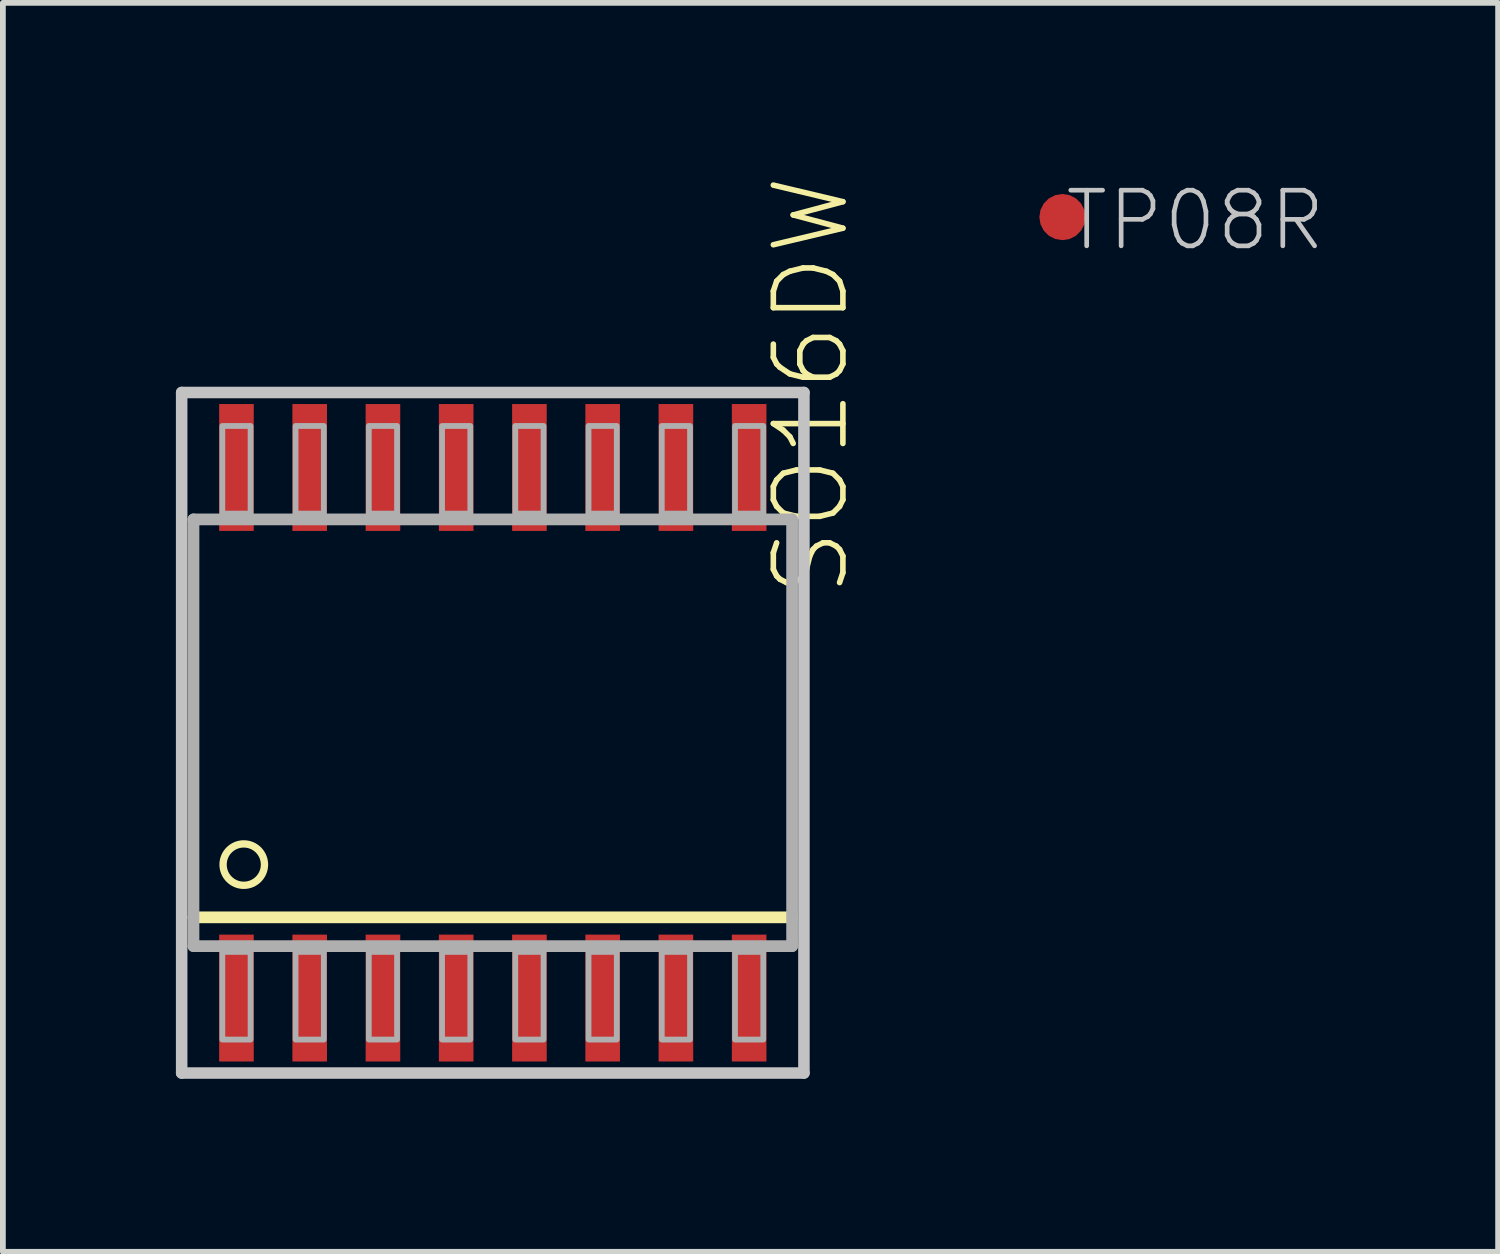
<source format=kicad_pcb>
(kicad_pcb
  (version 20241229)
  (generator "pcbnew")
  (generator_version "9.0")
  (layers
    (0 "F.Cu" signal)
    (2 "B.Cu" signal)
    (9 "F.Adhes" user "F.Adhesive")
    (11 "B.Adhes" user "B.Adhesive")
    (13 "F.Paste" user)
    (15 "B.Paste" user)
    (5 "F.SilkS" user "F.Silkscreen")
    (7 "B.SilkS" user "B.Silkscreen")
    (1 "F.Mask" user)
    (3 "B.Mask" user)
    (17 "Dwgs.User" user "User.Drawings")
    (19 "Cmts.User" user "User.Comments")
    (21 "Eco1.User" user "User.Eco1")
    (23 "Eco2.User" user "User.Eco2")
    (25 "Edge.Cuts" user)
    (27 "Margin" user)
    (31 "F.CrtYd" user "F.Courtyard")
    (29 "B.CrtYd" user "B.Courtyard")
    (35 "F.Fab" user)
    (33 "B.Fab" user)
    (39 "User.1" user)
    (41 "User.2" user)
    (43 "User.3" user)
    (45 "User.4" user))
  (footprint "SO16DW"
    (layer "F.Cu")
    (at 5.495 9.656)
    (property "Reference" "SO16DW" (at 6.223 -2.311 90) (layer "F.SilkS") (effects (font (size 1.206 1.206) (thickness 0.097)) (justify left bottom)))
    (attr through_hole)
    (fp_line (start 5.19 3.2) (end -5.19 3.2) (stroke (width 0.203) (type solid)) (layer "F.SilkS"))
    (fp_circle (center -4.318 2.286) (end -3.959 2.286) (stroke (width 0.127) (type solid)) (fill no) (layer "F.SilkS"))
    (fp_line (start -5.395 -5.9) (end 5.395 -5.9) (stroke (width 0.2) (type solid)) (layer "Dwgs.User"))
    (fp_line (start -5.395 5.9) (end -5.395 -5.9) (stroke (width 0.2) (type solid)) (layer "Dwgs.User"))
    (fp_line (start 5.395 -5.9) (end 5.395 5.9) (stroke (width 0.2) (type solid)) (layer "Dwgs.User"))
    (fp_line (start 5.395 5.9) (end -5.395 5.9) (stroke (width 0.2) (type solid)) (layer "Dwgs.User"))
    (fp_line (start -5.19 -3.7) (end 5.19 -3.7) (stroke (width 0.203) (type solid)) (layer "F.Fab"))
    (fp_line (start -5.19 3.7) (end -5.19 -3.7) (stroke (width 0.203) (type solid)) (layer "F.Fab"))
    (fp_line (start 5.19 -3.7) (end 5.19 3.7) (stroke (width 0.203) (type solid)) (layer "F.Fab"))
    (fp_line (start 5.19 3.7) (end -5.19 3.7) (stroke (width 0.203) (type solid)) (layer "F.Fab"))
    (fp_poly (pts (xy -4.69 -3.8) (xy -4.2 -3.8) (xy -4.2 -5.32) (xy -4.69 -5.32)) (stroke (width 0.1) (type solid)) (fill no) (layer "F.Fab"))
    (fp_poly (pts (xy -4.69 5.32) (xy -4.2 5.32) (xy -4.2 3.8) (xy -4.69 3.8)) (stroke (width 0.1) (type solid)) (fill no) (layer "F.Fab"))
    (fp_poly (pts (xy -3.42 -3.8) (xy -2.93 -3.8) (xy -2.93 -5.32) (xy -3.42 -5.32)) (stroke (width 0.1) (type solid)) (fill no) (layer "F.Fab"))
    (fp_poly (pts (xy -3.42 5.32) (xy -2.93 5.32) (xy -2.93 3.8) (xy -3.42 3.8)) (stroke (width 0.1) (type solid)) (fill no) (layer "F.Fab"))
    (fp_poly (pts (xy -2.15 -3.8) (xy -1.66 -3.8) (xy -1.66 -5.32) (xy -2.15 -5.32)) (stroke (width 0.1) (type solid)) (fill no) (layer "F.Fab"))
    (fp_poly (pts (xy -2.15 5.32) (xy -1.66 5.32) (xy -1.66 3.8) (xy -2.15 3.8)) (stroke (width 0.1) (type solid)) (fill no) (layer "F.Fab"))
    (fp_poly (pts (xy -0.88 -3.8) (xy -0.39 -3.8) (xy -0.39 -5.32) (xy -0.88 -5.32)) (stroke (width 0.1) (type solid)) (fill no) (layer "F.Fab"))
    (fp_poly (pts (xy -0.88 5.32) (xy -0.39 5.32) (xy -0.39 3.8) (xy -0.88 3.8)) (stroke (width 0.1) (type solid)) (fill no) (layer "F.Fab"))
    (fp_poly (pts (xy 0.39 -3.8) (xy 0.88 -3.8) (xy 0.88 -5.32) (xy 0.39 -5.32)) (stroke (width 0.1) (type solid)) (fill no) (layer "F.Fab"))
    (fp_poly (pts (xy 0.39 5.32) (xy 0.88 5.32) (xy 0.88 3.8) (xy 0.39 3.8)) (stroke (width 0.1) (type solid)) (fill no) (layer "F.Fab"))
    (fp_poly (pts (xy 1.66 -3.8) (xy 2.15 -3.8) (xy 2.15 -5.32) (xy 1.66 -5.32)) (stroke (width 0.1) (type solid)) (fill no) (layer "F.Fab"))
    (fp_poly (pts (xy 1.66 5.32) (xy 2.15 5.32) (xy 2.15 3.8) (xy 1.66 3.8)) (stroke (width 0.1) (type solid)) (fill no) (layer "F.Fab"))
    (fp_poly (pts (xy 2.93 -3.8) (xy 3.42 -3.8) (xy 3.42 -5.32) (xy 2.93 -5.32)) (stroke (width 0.1) (type solid)) (fill no) (layer "F.Fab"))
    (fp_poly (pts (xy 2.93 5.32) (xy 3.42 5.32) (xy 3.42 3.8) (xy 2.93 3.8)) (stroke (width 0.1) (type solid)) (fill no) (layer "F.Fab"))
    (fp_poly (pts (xy 4.2 -3.8) (xy 4.69 -3.8) (xy 4.69 -5.32) (xy 4.2 -5.32)) (stroke (width 0.1) (type solid)) (fill no) (layer "F.Fab"))
    (fp_poly (pts (xy 4.2 5.32) (xy 4.69 5.32) (xy 4.69 3.8) (xy 4.2 3.8)) (stroke (width 0.1) (type solid)) (fill no) (layer "F.Fab"))
    (pad "1" smd rect (at -4.445 4.6) (size 0.6 2.2) (layers "F.Cu" "F.Mask" "F.Paste"))
    (pad "2" smd rect (at -3.175 4.6) (size 0.6 2.2) (layers "F.Cu" "F.Mask" "F.Paste"))
    (pad "3" smd rect (at -1.905 4.6) (size 0.6 2.2) (layers "F.Cu" "F.Mask" "F.Paste"))
    (pad "4" smd rect (at -0.635 4.6) (size 0.6 2.2) (layers "F.Cu" "F.Mask" "F.Paste"))
    (pad "5" smd rect (at 0.635 4.6) (size 0.6 2.2) (layers "F.Cu" "F.Mask" "F.Paste"))
    (pad "6" smd rect (at 1.905 4.6) (size 0.6 2.2) (layers "F.Cu" "F.Mask" "F.Paste"))
    (pad "7" smd rect (at 3.175 4.6) (size 0.6 2.2) (layers "F.Cu" "F.Mask" "F.Paste"))
    (pad "8" smd rect (at 4.445 4.6) (size 0.6 2.2) (layers "F.Cu" "F.Mask" "F.Paste"))
    (pad "9" smd rect (at 4.445 -4.6) (size 0.6 2.2) (layers "F.Cu" "F.Mask" "F.Paste"))
    (pad "10" smd rect (at 3.175 -4.6) (size 0.6 2.2) (layers "F.Cu" "F.Mask" "F.Paste"))
    (pad "11" smd rect (at 1.905 -4.6) (size 0.6 2.2) (layers "F.Cu" "F.Mask" "F.Paste"))
    (pad "12" smd rect (at 0.635 -4.6) (size 0.6 2.2) (layers "F.Cu" "F.Mask" "F.Paste"))
    (pad "13" smd rect (at -0.635 -4.6) (size 0.6 2.2) (layers "F.Cu" "F.Mask" "F.Paste"))
    (pad "14" smd rect (at -1.905 -4.6) (size 0.6 2.2) (layers "F.Cu" "F.Mask" "F.Paste"))
    (pad "15" smd rect (at -3.175 -4.6) (size 0.6 2.2) (layers "F.Cu" "F.Mask" "F.Paste"))
    (pad "16" smd rect (at -4.445 -4.6) (size 0.6 2.2) (layers "F.Cu" "F.Mask" "F.Paste")))
  (footprint "TP08R"
    (layer "F.Cu")
    (at 15.372 0.714)
    (property "Reference" "TP08R" (at 0 -0.508 0) (layer "Dwgs.User") (effects (font (size 0.965 0.965) (thickness 0.081)) (justify left top)))
    (attr through_hole)
    (pad "TP" smd roundrect (at 0 0) (size 0.8 0.8) (layers "F.Cu" "F.Mask") (roundrect_rratio 0.5)))
  (gr_rect
    (start -3 -3)
    (end 22.927 18.656)
    (stroke (width 0.1) (type default))
    (fill no)
    (layer "Edge.Cuts")))
</source>
